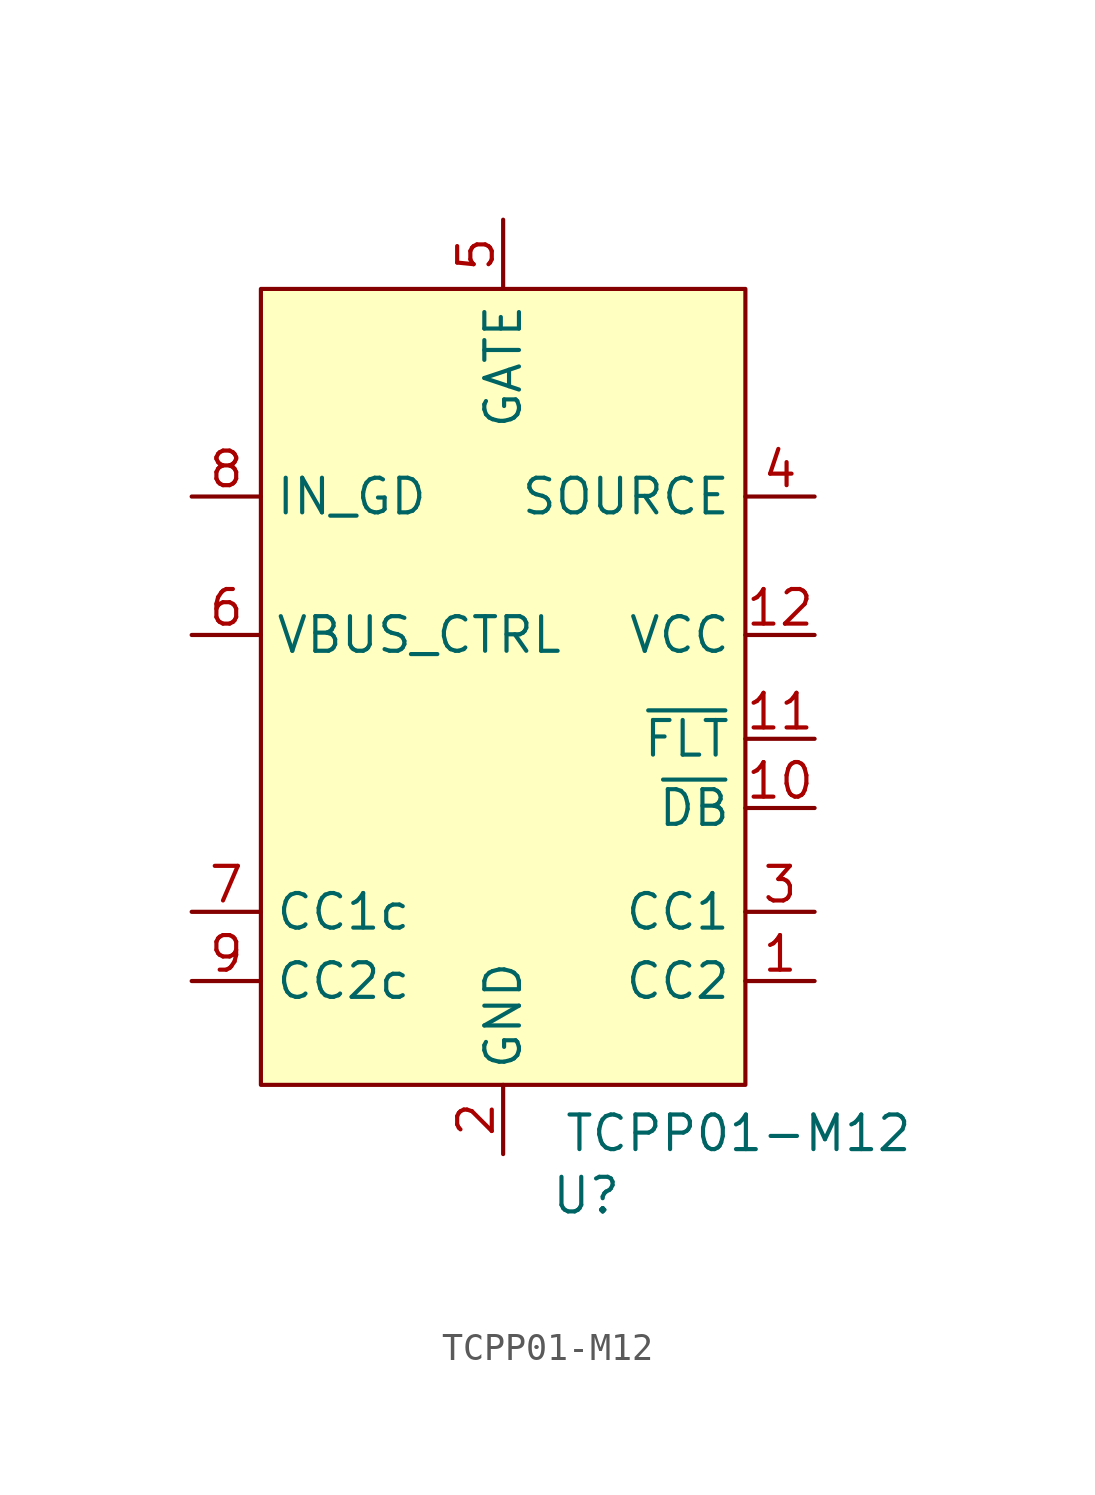
<source format=kicad_sym>
(kicad_symbol_lib
  (version 20231120)
  (generator "kicad_symbol_editor")
  (generator_version "8.0")
  (symbol "TCPP01-M12"
    (property "Reference" "U"
      (at 3.048 -16.764 0)
      (effects (font (size 1.27 1.27))))
    (property "Value" "TCPP01-M12"
      (at 8.636 -14.478 0)
      (effects (font (size 1.27 1.27))))
    (symbol "TCPP01-M12_1_1"
      (rectangle (start -8.89 16.51) (end 8.89 -12.7) (stroke (width 0) (type default)) (fill (type background)))
      (pin bidirectional line (at 11.43 -8.89 180) (length 2.54) (name "CC2" (effects (font (size 1.27 1.27)))) (number "1" (effects (font (size 1.27 1.27)))))
      (pin input line (at 11.43 -2.54 180) (length 2.54) (name "~{DB}" (effects (font (size 1.27 1.27)))) (number "10" (effects (font (size 1.27 1.27)))))
      (pin output line (at 11.43 0 180) (length 2.54) (name "~{FLT}" (effects (font (size 1.27 1.27)))) (number "11" (effects (font (size 1.27 1.27)))))
      (pin input line (at 11.43 3.81 180) (length 2.54) (name "VCC" (effects (font (size 1.27 1.27)))) (number "12" (effects (font (size 1.27 1.27)))))
      (pin power_in line (at 0 -15.24 90) (length 2.54) hide (name "GND" (effects (font (size 1.27 1.27)))) (number "13" (effects (font (size 1.27 1.27)))))
      (pin power_in line (at 0 -15.24 90) (length 2.54) (name "GND" (effects (font (size 1.27 1.27)))) (number "2" (effects (font (size 1.27 1.27)))))
      (pin bidirectional line (at 11.43 -6.35 180) (length 2.54) (name "CC1" (effects (font (size 1.27 1.27)))) (number "3" (effects (font (size 1.27 1.27)))))
      (pin power_out line (at 11.43 8.89 180) (length 2.54) (name "SOURCE" (effects (font (size 1.27 1.27)))) (number "4" (effects (font (size 1.27 1.27)))))
      (pin output line (at 0 19.05 270) (length 2.54) (name "GATE" (effects (font (size 1.27 1.27)))) (number "5" (effects (font (size 1.27 1.27)))))
      (pin input line (at -11.43 3.81 0) (length 2.54) (name "VBUS_CTRL" (effects (font (size 1.27 1.27)))) (number "6" (effects (font (size 1.27 1.27)))))
      (pin bidirectional line (at -11.43 -6.35 0) (length 2.54) (name "CC1c" (effects (font (size 1.27 1.27)))) (number "7" (effects (font (size 1.27 1.27)))))
      (pin power_in line (at -11.43 8.89 0) (length 2.54) (name "IN_GD" (effects (font (size 1.27 1.27)))) (number "8" (effects (font (size 1.27 1.27)))))
      (pin bidirectional line (at -11.43 -8.89 0) (length 2.54) (name "CC2c" (effects (font (size 1.27 1.27)))) (number "9" (effects (font (size 1.27 1.27))))))))
</source>
